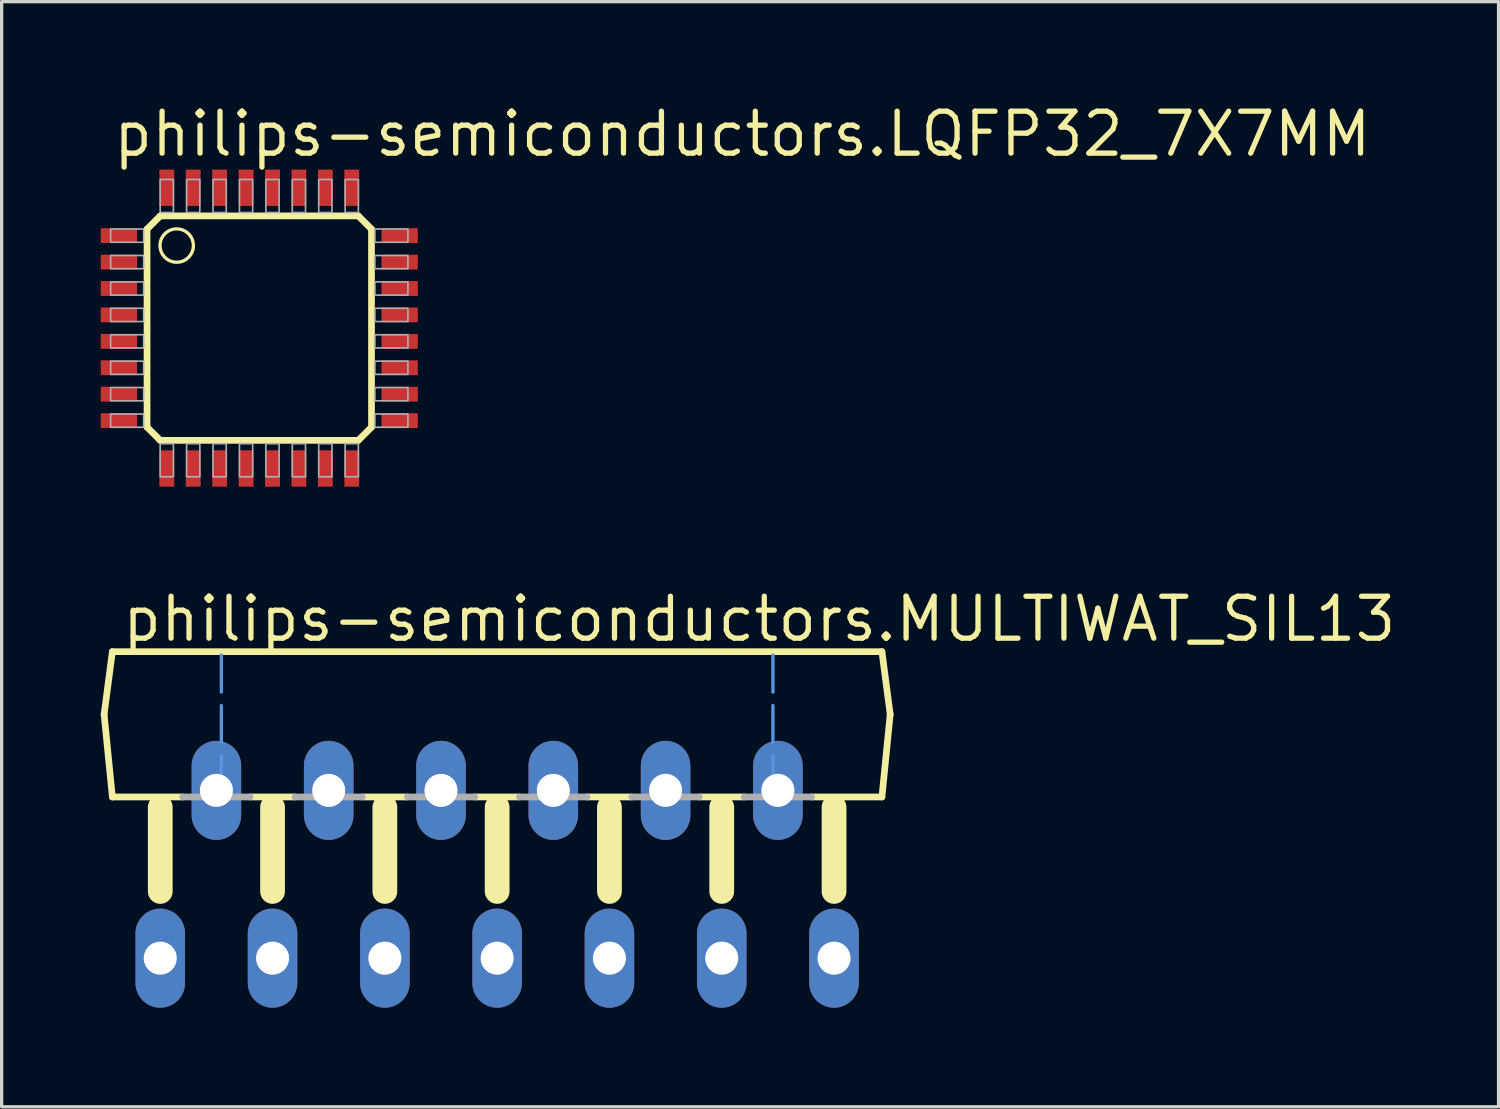
<source format=kicad_pcb>
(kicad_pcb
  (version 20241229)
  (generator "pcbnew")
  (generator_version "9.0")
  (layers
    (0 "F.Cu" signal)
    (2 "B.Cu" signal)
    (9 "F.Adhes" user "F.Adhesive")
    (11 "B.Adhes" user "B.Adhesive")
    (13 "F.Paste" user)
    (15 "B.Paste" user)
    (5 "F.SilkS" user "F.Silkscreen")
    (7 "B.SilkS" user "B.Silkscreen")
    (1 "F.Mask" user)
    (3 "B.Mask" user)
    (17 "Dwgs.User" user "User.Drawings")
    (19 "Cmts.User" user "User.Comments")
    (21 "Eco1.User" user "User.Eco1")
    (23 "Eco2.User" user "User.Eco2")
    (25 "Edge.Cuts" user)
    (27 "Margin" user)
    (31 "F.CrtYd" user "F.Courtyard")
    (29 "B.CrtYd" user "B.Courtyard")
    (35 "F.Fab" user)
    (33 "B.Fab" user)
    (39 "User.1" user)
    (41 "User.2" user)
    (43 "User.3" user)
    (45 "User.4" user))
  (footprint "philips-semiconductors.LQFP32_7X7MM"
    (layer "F.Cu")
    (at 4.8 6.885)
    (property "Reference" "philips-semiconductors.LQFP32_7X7MM" (at -4.5 -5.135 0) (layer "F.SilkS") (effects (font (size 1.27 1.27) (thickness 0.16)) (justify left bottom)))
    (attr smd)
    (fp_line (start -3.398 -2.998) (end -3.398 2.998) (stroke (width 0.203) (type default)) (layer "F.SilkS"))
    (fp_line (start -3.398 2.998) (end -2.998 3.398) (stroke (width 0.203) (type default)) (layer "F.SilkS"))
    (fp_line (start -2.998 -3.398) (end -3.398 -2.998) (stroke (width 0.203) (type default)) (layer "F.SilkS"))
    (fp_line (start -2.998 3.398) (end 2.998 3.398) (stroke (width 0.203) (type default)) (layer "F.SilkS"))
    (fp_line (start 2.998 -3.398) (end -2.998 -3.398) (stroke (width 0.203) (type default)) (layer "F.SilkS"))
    (fp_line (start 2.998 3.398) (end 3.398 2.998) (stroke (width 0.203) (type default)) (layer "F.SilkS"))
    (fp_line (start 3.398 -2.998) (end 2.998 -3.398) (stroke (width 0.203) (type default)) (layer "F.SilkS"))
    (fp_line (start 3.398 2.998) (end 3.398 -2.998) (stroke (width 0.203) (type default)) (layer "F.SilkS"))
    (fp_circle (center -2.5 -2.5) (end -1.995 -2.5) (stroke (width 0.1) (type default)) (fill no) (layer "F.SilkS"))
    (fp_rect (start -4.5 -2.6) (end -3.5 -3) (stroke (width 0.05) (type default)) (fill no) (layer "F.Fab"))
    (fp_rect (start -4.5 -1.8) (end -3.5 -2.2) (stroke (width 0.05) (type default)) (fill no) (layer "F.Fab"))
    (fp_rect (start -4.5 -1) (end -3.5 -1.4) (stroke (width 0.05) (type default)) (fill no) (layer "F.Fab"))
    (fp_rect (start -4.5 -0.2) (end -3.5 -0.6) (stroke (width 0.05) (type default)) (fill no) (layer "F.Fab"))
    (fp_rect (start -4.5 0.6) (end -3.5 0.2) (stroke (width 0.05) (type default)) (fill no) (layer "F.Fab"))
    (fp_rect (start -4.5 1.4) (end -3.5 1) (stroke (width 0.05) (type default)) (fill no) (layer "F.Fab"))
    (fp_rect (start -4.5 2.2) (end -3.5 1.8) (stroke (width 0.05) (type default)) (fill no) (layer "F.Fab"))
    (fp_rect (start -4.5 3) (end -3.5 2.6) (stroke (width 0.05) (type default)) (fill no) (layer "F.Fab"))
    (fp_rect (start -3 -3.5) (end -2.6 -4.5) (stroke (width 0.05) (type default)) (fill no) (layer "F.Fab"))
    (fp_rect (start -3 4.5) (end -2.6 3.5) (stroke (width 0.05) (type default)) (fill no) (layer "F.Fab"))
    (fp_rect (start -2.2 -3.5) (end -1.8 -4.5) (stroke (width 0.05) (type default)) (fill no) (layer "F.Fab"))
    (fp_rect (start -2.2 4.5) (end -1.8 3.5) (stroke (width 0.05) (type default)) (fill no) (layer "F.Fab"))
    (fp_rect (start -1.4 -3.5) (end -1 -4.5) (stroke (width 0.05) (type default)) (fill no) (layer "F.Fab"))
    (fp_rect (start -1.4 4.5) (end -1 3.5) (stroke (width 0.05) (type default)) (fill no) (layer "F.Fab"))
    (fp_rect (start -0.6 -3.5) (end -0.2 -4.5) (stroke (width 0.05) (type default)) (fill no) (layer "F.Fab"))
    (fp_rect (start -0.6 4.5) (end -0.2 3.5) (stroke (width 0.05) (type default)) (fill no) (layer "F.Fab"))
    (fp_rect (start 0.2 -3.5) (end 0.6 -4.5) (stroke (width 0.05) (type default)) (fill no) (layer "F.Fab"))
    (fp_rect (start 0.2 4.5) (end 0.6 3.5) (stroke (width 0.05) (type default)) (fill no) (layer "F.Fab"))
    (fp_rect (start 1 -3.5) (end 1.4 -4.5) (stroke (width 0.05) (type default)) (fill no) (layer "F.Fab"))
    (fp_rect (start 1 4.5) (end 1.4 3.5) (stroke (width 0.05) (type default)) (fill no) (layer "F.Fab"))
    (fp_rect (start 1.8 -3.5) (end 2.2 -4.5) (stroke (width 0.05) (type default)) (fill no) (layer "F.Fab"))
    (fp_rect (start 1.8 4.5) (end 2.2 3.5) (stroke (width 0.05) (type default)) (fill no) (layer "F.Fab"))
    (fp_rect (start 2.6 -3.5) (end 3 -4.5) (stroke (width 0.05) (type default)) (fill no) (layer "F.Fab"))
    (fp_rect (start 2.6 4.5) (end 3 3.5) (stroke (width 0.05) (type default)) (fill no) (layer "F.Fab"))
    (fp_rect (start 3.5 -2.6) (end 4.5 -3) (stroke (width 0.05) (type default)) (fill no) (layer "F.Fab"))
    (fp_rect (start 3.5 -1.8) (end 4.5 -2.2) (stroke (width 0.05) (type default)) (fill no) (layer "F.Fab"))
    (fp_rect (start 3.5 -1) (end 4.5 -1.4) (stroke (width 0.05) (type default)) (fill no) (layer "F.Fab"))
    (fp_rect (start 3.5 -0.2) (end 4.5 -0.6) (stroke (width 0.05) (type default)) (fill no) (layer "F.Fab"))
    (fp_rect (start 3.5 0.6) (end 4.5 0.2) (stroke (width 0.05) (type default)) (fill no) (layer "F.Fab"))
    (fp_rect (start 3.5 1.4) (end 4.5 1) (stroke (width 0.05) (type default)) (fill no) (layer "F.Fab"))
    (fp_rect (start 3.5 2.2) (end 4.5 1.8) (stroke (width 0.05) (type default)) (fill no) (layer "F.Fab"))
    (fp_rect (start 3.5 3) (end 4.5 2.6) (stroke (width 0.05) (type default)) (fill no) (layer "F.Fab"))
    (pad "1" smd roundrect (at -4.25 -2.8) (size 1.1 0.45) (layers "F.Cu" "F.Mask" "F.Paste") (roundrect_rratio 0.01))
    (pad "2" smd roundrect (at -4.25 -2) (size 1.1 0.45) (layers "F.Cu" "F.Mask" "F.Paste") (roundrect_rratio 0.01))
    (pad "3" smd roundrect (at -4.25 -1.2) (size 1.1 0.45) (layers "F.Cu" "F.Mask" "F.Paste") (roundrect_rratio 0.01))
    (pad "4" smd roundrect (at -4.25 -0.4) (size 1.1 0.45) (layers "F.Cu" "F.Mask" "F.Paste") (roundrect_rratio 0.01))
    (pad "5" smd roundrect (at -4.25 0.4) (size 1.1 0.45) (layers "F.Cu" "F.Mask" "F.Paste") (roundrect_rratio 0.01))
    (pad "6" smd roundrect (at -4.25 1.2) (size 1.1 0.45) (layers "F.Cu" "F.Mask" "F.Paste") (roundrect_rratio 0.01))
    (pad "7" smd roundrect (at -4.25 2) (size 1.1 0.45) (layers "F.Cu" "F.Mask" "F.Paste") (roundrect_rratio 0.01))
    (pad "8" smd roundrect (at -4.25 2.8) (size 1.1 0.45) (layers "F.Cu" "F.Mask" "F.Paste") (roundrect_rratio 0.01))
    (pad "9" smd roundrect (at -2.8 4.25) (size 0.45 1.1) (layers "F.Cu" "F.Mask" "F.Paste") (roundrect_rratio 0.01))
    (pad "10" smd roundrect (at -2 4.25) (size 0.45 1.1) (layers "F.Cu" "F.Mask" "F.Paste") (roundrect_rratio 0.01))
    (pad "11" smd roundrect (at -1.2 4.25) (size 0.45 1.1) (layers "F.Cu" "F.Mask" "F.Paste") (roundrect_rratio 0.01))
    (pad "12" smd roundrect (at -0.4 4.25) (size 0.45 1.1) (layers "F.Cu" "F.Mask" "F.Paste") (roundrect_rratio 0.01))
    (pad "13" smd roundrect (at 0.4 4.25) (size 0.45 1.1) (layers "F.Cu" "F.Mask" "F.Paste") (roundrect_rratio 0.01))
    (pad "14" smd roundrect (at 1.2 4.25) (size 0.45 1.1) (layers "F.Cu" "F.Mask" "F.Paste") (roundrect_rratio 0.01))
    (pad "15" smd roundrect (at 2 4.25) (size 0.45 1.1) (layers "F.Cu" "F.Mask" "F.Paste") (roundrect_rratio 0.01))
    (pad "16" smd roundrect (at 2.8 4.25) (size 0.45 1.1) (layers "F.Cu" "F.Mask" "F.Paste") (roundrect_rratio 0.01))
    (pad "17" smd roundrect (at 4.25 2.8) (size 1.1 0.45) (layers "F.Cu" "F.Mask" "F.Paste") (roundrect_rratio 0.01))
    (pad "18" smd roundrect (at 4.25 2) (size 1.1 0.45) (layers "F.Cu" "F.Mask" "F.Paste") (roundrect_rratio 0.01))
    (pad "19" smd roundrect (at 4.25 1.2) (size 1.1 0.45) (layers "F.Cu" "F.Mask" "F.Paste") (roundrect_rratio 0.01))
    (pad "20" smd roundrect (at 4.25 0.4) (size 1.1 0.45) (layers "F.Cu" "F.Mask" "F.Paste") (roundrect_rratio 0.01))
    (pad "21" smd roundrect (at 4.25 -0.4) (size 1.1 0.45) (layers "F.Cu" "F.Mask" "F.Paste") (roundrect_rratio 0.01))
    (pad "22" smd roundrect (at 4.25 -1.2) (size 1.1 0.45) (layers "F.Cu" "F.Mask" "F.Paste") (roundrect_rratio 0.01))
    (pad "23" smd roundrect (at 4.25 -2) (size 1.1 0.45) (layers "F.Cu" "F.Mask" "F.Paste") (roundrect_rratio 0.01))
    (pad "24" smd roundrect (at 4.25 -2.8) (size 1.1 0.45) (layers "F.Cu" "F.Mask" "F.Paste") (roundrect_rratio 0.01))
    (pad "25" smd roundrect (at 2.8 -4.25) (size 0.45 1.1) (layers "F.Cu" "F.Mask" "F.Paste") (roundrect_rratio 0.01))
    (pad "26" smd roundrect (at 2 -4.25) (size 0.45 1.1) (layers "F.Cu" "F.Mask" "F.Paste") (roundrect_rratio 0.01))
    (pad "27" smd roundrect (at 1.2 -4.25) (size 0.45 1.1) (layers "F.Cu" "F.Mask" "F.Paste") (roundrect_rratio 0.01))
    (pad "28" smd roundrect (at 0.4 -4.25) (size 0.45 1.1) (layers "F.Cu" "F.Mask" "F.Paste") (roundrect_rratio 0.01))
    (pad "29" smd roundrect (at -0.4 -4.25) (size 0.45 1.1) (layers "F.Cu" "F.Mask" "F.Paste") (roundrect_rratio 0.01))
    (pad "30" smd roundrect (at -1.2 -4.25) (size 0.45 1.1) (layers "F.Cu" "F.Mask" "F.Paste") (roundrect_rratio 0.01))
    (pad "31" smd roundrect (at -2 -4.25) (size 0.45 1.1) (layers "F.Cu" "F.Mask" "F.Paste") (roundrect_rratio 0.01))
    (pad "32" smd roundrect (at -2.8 -4.25) (size 0.45 1.1) (layers "F.Cu" "F.Mask" "F.Paste") (roundrect_rratio 0.01)))
  (footprint "philips-semiconductors.MULTIWAT_SIL13"
    (layer "F.Cu")
    (at 12.002 20.88)
    (property "Reference" "philips-semiconductors.MULTIWAT_SIL13" (at -11.43 -4.445 0) (layer "F.SilkS") (effects (font (size 1.27 1.27) (thickness 0.16)) (justify left bottom)))
    (attr through_hole)
    (fp_line (start -11.9 -2.3) (end -11.65 -4.2) (stroke (width 0.203) (type default)) (layer "F.SilkS"))
    (fp_line (start -11.65 -4.2) (end 11.65 -4.2) (stroke (width 0.203) (type default)) (layer "F.SilkS"))
    (fp_line (start -11.65 0.2) (end -11.9 -2.3) (stroke (width 0.203) (type default)) (layer "F.SilkS"))
    (fp_line (start -10.2 0.51) (end -10.2 3.06) (stroke (width 0.75) (type default)) (layer "F.SilkS"))
    (fp_line (start -9.52 0.2) (end -11.65 0.2) (stroke (width 0.203) (type default)) (layer "F.SilkS"))
    (fp_line (start -6.8 0.51) (end -6.8 3.06) (stroke (width 0.75) (type default)) (layer "F.SilkS"))
    (fp_line (start -6.12 0.2) (end -7.48 0.2) (stroke (width 0.203) (type default)) (layer "F.SilkS"))
    (fp_line (start -3.4 0.51) (end -3.4 3.06) (stroke (width 0.75) (type default)) (layer "F.SilkS"))
    (fp_line (start -2.72 0.2) (end -4.08 0.2) (stroke (width 0.203) (type default)) (layer "F.SilkS"))
    (fp_line (start 0 0.51) (end 0 3.06) (stroke (width 0.75) (type default)) (layer "F.SilkS"))
    (fp_line (start 0.68 0.2) (end -0.68 0.2) (stroke (width 0.203) (type default)) (layer "F.SilkS"))
    (fp_line (start 3.4 0.51) (end 3.4 3.06) (stroke (width 0.75) (type default)) (layer "F.SilkS"))
    (fp_line (start 4.08 0.2) (end 2.72 0.2) (stroke (width 0.203) (type default)) (layer "F.SilkS"))
    (fp_line (start 6.8 0.51) (end 6.8 3.06) (stroke (width 0.75) (type default)) (layer "F.SilkS"))
    (fp_line (start 7.48 0.2) (end 6.12 0.2) (stroke (width 0.203) (type default)) (layer "F.SilkS"))
    (fp_line (start 10.2 0.51) (end 10.2 3.06) (stroke (width 0.75) (type default)) (layer "F.SilkS"))
    (fp_line (start 11.65 -4.2) (end 11.9 -2.3) (stroke (width 0.203) (type default)) (layer "F.SilkS"))
    (fp_line (start 11.65 0.2) (end 9.52 0.2) (stroke (width 0.203) (type default)) (layer "F.SilkS"))
    (fp_line (start 11.9 -2.3) (end 11.65 0.2) (stroke (width 0.203) (type default)) (layer "F.SilkS"))
    (fp_line (start -8.35 -4.1) (end -8.35 0.1) (stroke (width 0.102) (type dash)) (layer "Cmts.User"))
    (fp_line (start 8.35 -4.1) (end 8.35 0.1) (stroke (width 0.102) (type dash)) (layer "Cmts.User"))
    (fp_line (start -7.48 0.2) (end -9.52 0.2) (stroke (width 0.203) (type default)) (layer "F.Fab"))
    (fp_line (start -4.08 0.2) (end -6.12 0.2) (stroke (width 0.203) (type default)) (layer "F.Fab"))
    (fp_line (start -0.68 0.2) (end -2.72 0.2) (stroke (width 0.203) (type default)) (layer "F.Fab"))
    (fp_line (start 2.72 0.2) (end 0.68 0.2) (stroke (width 0.203) (type default)) (layer "F.Fab"))
    (fp_line (start 6.12 0.2) (end 4.08 0.2) (stroke (width 0.203) (type default)) (layer "F.Fab"))
    (fp_line (start 9.52 0.2) (end 7.48 0.2) (stroke (width 0.203) (type default)) (layer "F.Fab"))
    (pad "1" thru_hole oval (at -10.2 5.08 90) (size 3 1.5) (drill 1) (layers "*.Cu" "*.Mask"))
    (pad "2" thru_hole oval (at -8.5 0 90) (size 3 1.5) (drill 1) (layers "*.Cu" "*.Mask"))
    (pad "3" thru_hole oval (at -6.8 5.08 90) (size 3 1.5) (drill 1) (layers "*.Cu" "*.Mask"))
    (pad "4" thru_hole oval (at -5.1 0 90) (size 3 1.5) (drill 1) (layers "*.Cu" "*.Mask"))
    (pad "5" thru_hole oval (at -3.4 5.08 90) (size 3 1.5) (drill 1) (layers "*.Cu" "*.Mask"))
    (pad "6" thru_hole oval (at -1.7 0 90) (size 3 1.5) (drill 1) (layers "*.Cu" "*.Mask"))
    (pad "7" thru_hole oval (at 0 5.08 90) (size 3 1.5) (drill 1) (layers "*.Cu" "*.Mask"))
    (pad "8" thru_hole oval (at 1.7 0 90) (size 3 1.5) (drill 1) (layers "*.Cu" "*.Mask"))
    (pad "9" thru_hole oval (at 3.4 5.08 90) (size 3 1.5) (drill 1) (layers "*.Cu" "*.Mask"))
    (pad "10" thru_hole oval (at 5.1 0 90) (size 3 1.5) (drill 1) (layers "*.Cu" "*.Mask"))
    (pad "11" thru_hole oval (at 6.8 5.08 90) (size 3 1.5) (drill 1) (layers "*.Cu" "*.Mask"))
    (pad "12" thru_hole oval (at 8.5 0 90) (size 3 1.5) (drill 1) (layers "*.Cu" "*.Mask"))
    (pad "13" thru_hole oval (at 10.2 5.08 90) (size 3 1.5) (drill 1) (layers "*.Cu" "*.Mask")))
  (gr_rect
    (start -3 -3)
    (end 42.321 30.46)
    (stroke (width 0.1) (type default))
    (fill no)
    (layer "Edge.Cuts")))
</source>
